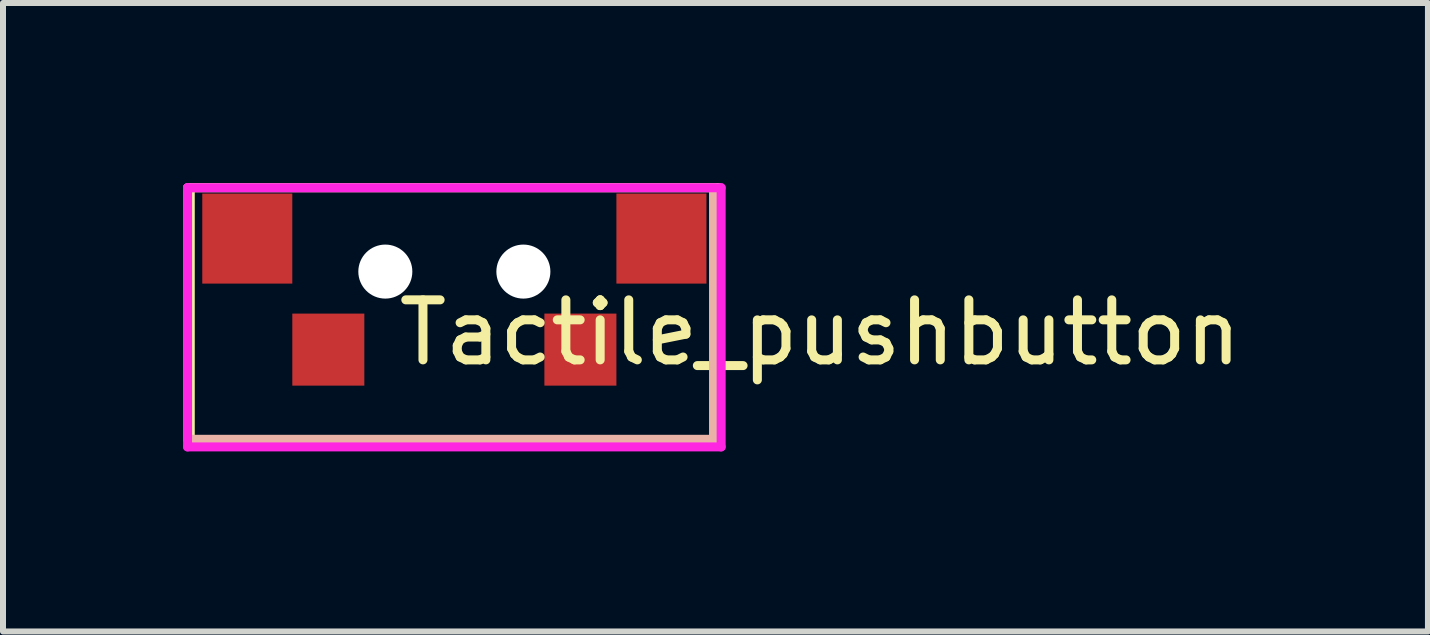
<source format=kicad_pcb>
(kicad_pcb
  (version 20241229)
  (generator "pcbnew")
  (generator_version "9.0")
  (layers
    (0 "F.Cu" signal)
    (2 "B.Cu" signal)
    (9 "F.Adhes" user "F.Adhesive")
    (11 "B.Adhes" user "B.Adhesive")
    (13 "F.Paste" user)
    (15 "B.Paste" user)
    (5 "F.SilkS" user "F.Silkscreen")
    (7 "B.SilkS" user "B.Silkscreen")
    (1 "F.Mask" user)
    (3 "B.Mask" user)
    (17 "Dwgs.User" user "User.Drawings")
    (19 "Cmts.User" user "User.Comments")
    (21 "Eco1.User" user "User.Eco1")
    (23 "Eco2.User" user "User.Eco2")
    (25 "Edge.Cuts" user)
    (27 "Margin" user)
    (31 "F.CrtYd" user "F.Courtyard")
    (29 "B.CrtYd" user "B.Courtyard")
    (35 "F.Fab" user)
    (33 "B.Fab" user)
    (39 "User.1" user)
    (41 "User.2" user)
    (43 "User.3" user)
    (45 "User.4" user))
  (footprint "Tactile_pushbutton"
    (layer "F.Cu")
    (at 4.52 1.475)
    (property "Reference" "Tactile_pushbutton" (at 6.096 1.016 0) (layer "F.SilkS") (effects (font (size 1 1) (thickness 0.15))))
    (attr through_hole)
    (fp_line (start -4.4 -1.4) (end 4.4 -1.4) (stroke (width 0.15) (type solid)) (layer "F.SilkS"))
    (fp_line (start -4.4 2.8) (end -4.4 -1.4) (stroke (width 0.15) (type solid)) (layer "F.SilkS"))
    (fp_line (start 4.4 -1.4) (end 4.4 2.8) (stroke (width 0.15) (type solid)) (layer "F.SilkS"))
    (fp_line (start 4.4 2.8) (end -4.4 2.8) (stroke (width 0.15) (type solid)) (layer "F.SilkS"))
    (fp_line (start -4.445 -1.397) (end 4.318 -1.397) (stroke (width 0.15) (type solid)) (layer "B.SilkS"))
    (fp_line (start -4.445 2.794) (end -4.445 -1.397) (stroke (width 0.15) (type solid)) (layer "B.SilkS"))
    (fp_line (start 4.318 -1.397) (end 4.318 2.794) (stroke (width 0.15) (type solid)) (layer "B.SilkS"))
    (fp_line (start 4.318 2.794) (end -4.445 2.794) (stroke (width 0.15) (type solid)) (layer "B.SilkS"))
    (fp_line (start -4.445 -1.397) (end 4.445 -1.397) (stroke (width 0.15) (type solid)) (layer "F.CrtYd"))
    (fp_line (start -4.445 2.921) (end -4.445 -1.397) (stroke (width 0.15) (type solid)) (layer "F.CrtYd"))
    (fp_line (start 4.445 -1.397) (end 4.445 2.921) (stroke (width 0.15) (type solid)) (layer "F.CrtYd"))
    (fp_line (start 4.445 2.921) (end -4.445 2.921) (stroke (width 0.15) (type solid)) (layer "F.CrtYd"))
    (pad "" smd rect (at -3.45 -0.55) (size 1.5 1.5) (layers "F.Cu" "F.Mask" "F.Paste"))
    (pad "" np_thru_hole circle (at -1.15 0) (size 0.9 0.9) (drill 0.9) (layers "*.Cu" "*.Mask"))
    (pad "" np_thru_hole circle (at 1.15 0) (size 0.9 0.9) (drill 0.9) (layers "*.Cu" "*.Mask"))
    (pad "" smd rect (at 3.45 -0.55) (size 1.5 1.5) (layers "F.Cu" "F.Mask" "F.Paste"))
    (pad "1" smd rect (at -2.1 1.3) (size 1.2 1.2) (layers "F.Cu" "F.Mask" "F.Paste"))
    (pad "2" smd rect (at 2.1 1.3) (size 1.2 1.2) (layers "F.Cu" "F.Mask" "F.Paste")))
  (gr_rect
    (start -3 -3)
    (end 20.741 7.471)
    (stroke (width 0.1) (type default))
    (fill no)
    (layer "Edge.Cuts")))
</source>
